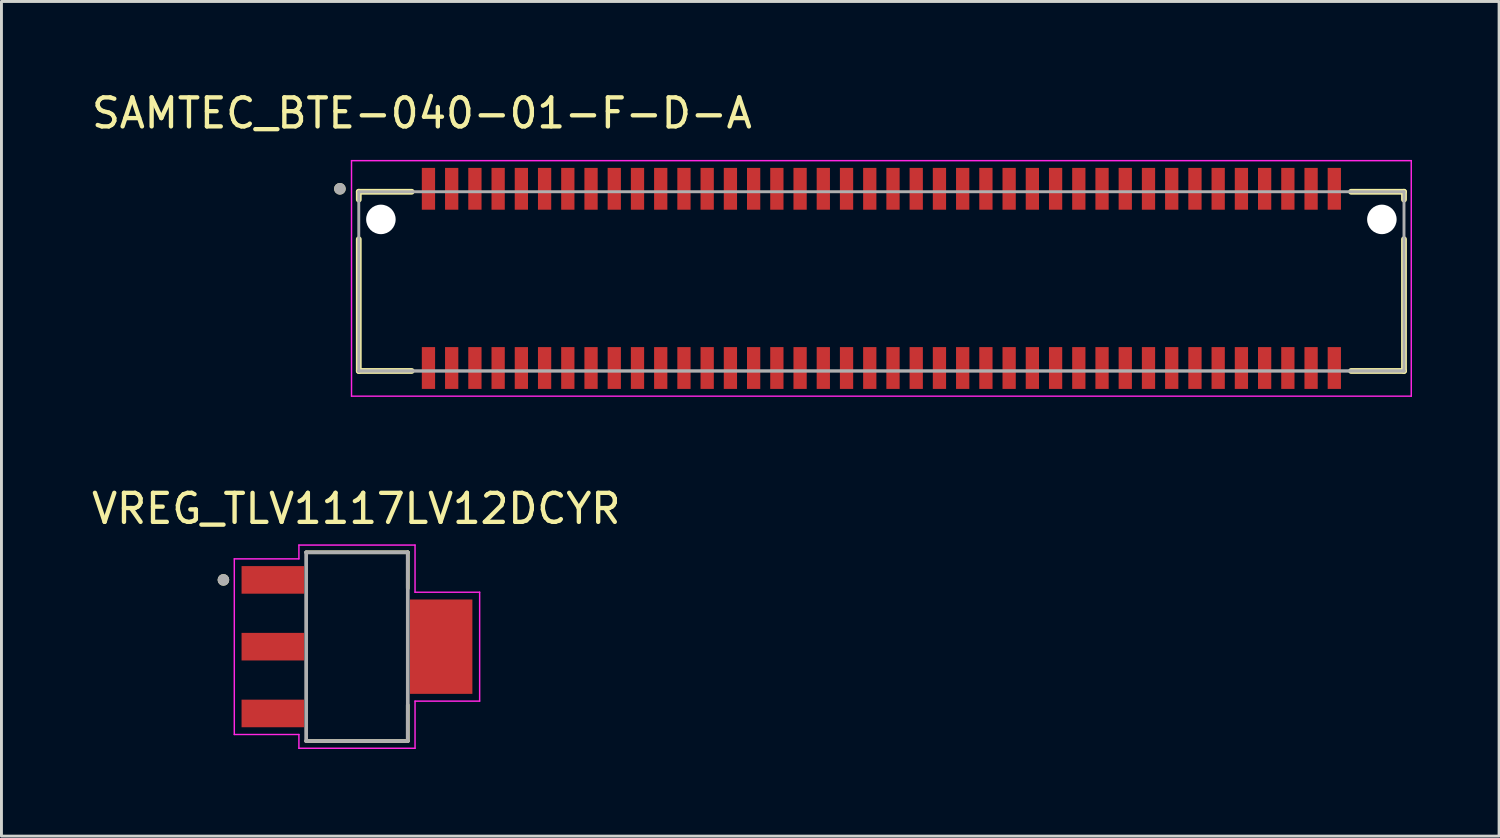
<source format=kicad_pcb>
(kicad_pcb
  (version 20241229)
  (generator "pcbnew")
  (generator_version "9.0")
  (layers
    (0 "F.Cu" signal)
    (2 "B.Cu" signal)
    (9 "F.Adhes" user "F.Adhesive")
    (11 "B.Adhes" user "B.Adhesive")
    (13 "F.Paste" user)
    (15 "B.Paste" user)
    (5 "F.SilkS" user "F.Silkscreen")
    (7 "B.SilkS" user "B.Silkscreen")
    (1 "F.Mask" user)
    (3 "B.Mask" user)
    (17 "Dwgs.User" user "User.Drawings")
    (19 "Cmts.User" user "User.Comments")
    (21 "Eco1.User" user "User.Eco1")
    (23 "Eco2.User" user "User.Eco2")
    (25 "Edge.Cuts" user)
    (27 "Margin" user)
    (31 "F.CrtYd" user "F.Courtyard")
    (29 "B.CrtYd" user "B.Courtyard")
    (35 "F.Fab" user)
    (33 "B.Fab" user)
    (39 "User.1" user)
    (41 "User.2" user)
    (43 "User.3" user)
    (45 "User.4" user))
  (footprint "VREG_TLV1117LV12DCYR"
    (layer "F.Cu")
    (at 9.245 19.223)
    (property "Reference" "VREG_TLV1117LV12DCYR" (at -0.025 -4.754 0) (layer "F.SilkS") (effects (font (size 1 1) (thickness 0.15))))
    (attr smd)
    (fp_line (start -1.75 -3.25) (end 1.75 -3.25) (stroke (width 0.127) (type solid)) (layer "F.SilkS"))
    (fp_line (start -1.75 3.25) (end 1.75 3.25) (stroke (width 0.127) (type solid)) (layer "F.SilkS"))
    (fp_line (start 1.75 -3.25) (end 1.75 -2.01) (stroke (width 0.127) (type solid)) (layer "F.SilkS"))
    (fp_line (start 1.75 3.25) (end 1.75 2.01) (stroke (width 0.127) (type solid)) (layer "F.SilkS"))
    (fp_circle (center -4.6 -2.3) (end -4.5 -2.3) (stroke (width 0.2) (type solid)) (fill no) (layer "F.SilkS"))
    (fp_line (start -4.225 -3.025) (end -4.225 3.025) (stroke (width 0.05) (type solid)) (layer "F.CrtYd"))
    (fp_line (start -4.225 3.025) (end -2 3.025) (stroke (width 0.05) (type solid)) (layer "F.CrtYd"))
    (fp_line (start -2 -3.5) (end -2 -3.025) (stroke (width 0.05) (type solid)) (layer "F.CrtYd"))
    (fp_line (start -2 -3.025) (end -4.225 -3.025) (stroke (width 0.05) (type solid)) (layer "F.CrtYd"))
    (fp_line (start -2 3.025) (end -2 3.5) (stroke (width 0.05) (type solid)) (layer "F.CrtYd"))
    (fp_line (start -2 3.5) (end 2 3.5) (stroke (width 0.05) (type solid)) (layer "F.CrtYd"))
    (fp_line (start 2 -3.5) (end -2 -3.5) (stroke (width 0.05) (type solid)) (layer "F.CrtYd"))
    (fp_line (start 2 -1.875) (end 2 -3.5) (stroke (width 0.05) (type solid)) (layer "F.CrtYd"))
    (fp_line (start 2 1.875) (end 4.225 1.875) (stroke (width 0.05) (type solid)) (layer "F.CrtYd"))
    (fp_line (start 2 3.5) (end 2 1.875) (stroke (width 0.05) (type solid)) (layer "F.CrtYd"))
    (fp_line (start 4.225 -1.875) (end 2 -1.875) (stroke (width 0.05) (type solid)) (layer "F.CrtYd"))
    (fp_line (start 4.225 1.875) (end 4.225 -1.875) (stroke (width 0.05) (type solid)) (layer "F.CrtYd"))
    (fp_line (start -1.75 -3.25) (end -1.75 3.25) (stroke (width 0.127) (type solid)) (layer "F.Fab"))
    (fp_line (start 1.75 -3.25) (end -1.75 -3.25) (stroke (width 0.127) (type solid)) (layer "F.Fab"))
    (fp_line (start 1.75 -3.25) (end 1.75 3.25) (stroke (width 0.127) (type solid)) (layer "F.Fab"))
    (fp_line (start 1.75 3.25) (end -1.75 3.25) (stroke (width 0.127) (type solid)) (layer "F.Fab"))
    (fp_circle (center -4.6 -2.3) (end -4.5 -2.3) (stroke (width 0.2) (type solid)) (fill no) (layer "F.Fab"))
    (pad "1" smd rect (at -2.9 -2.3) (size 2.15 0.95) (layers "F.Cu" "F.Mask" "F.Paste"))
    (pad "2" smd rect (at -2.9 0) (size 2.15 0.95) (layers "F.Cu" "F.Mask" "F.Paste"))
    (pad "3" smd rect (at -2.9 2.3) (size 2.15 0.95) (layers "F.Cu" "F.Mask" "F.Paste"))
    (pad "4" smd rect (at 2.9 0) (size 2.15 3.25) (layers "F.Cu" "F.Mask" "F.Paste")))
  (footprint "SAMTEC_BTE-040-01-F-D-A"
    (layer "F.Cu")
    (at 27.307 6.539)
    (property "Reference" "SAMTEC_BTE-040-01-F-D-A" (at -15.825 -5.691 0) (layer "F.SilkS") (effects (font (size 1 1) (thickness 0.15))))
    (attr smd)
    (fp_line (start -18 -2.985) (end -18 -2.715) (stroke (width 0.2) (type solid)) (layer "F.SilkS"))
    (fp_line (start -18 -2.985) (end -16.178 -2.985) (stroke (width 0.2) (type solid)) (layer "F.SilkS"))
    (fp_line (start -18 -1.349) (end -18 3.188) (stroke (width 0.2) (type solid)) (layer "F.SilkS"))
    (fp_line (start -16.178 3.188) (end -18 3.188) (stroke (width 0.2) (type solid)) (layer "F.SilkS"))
    (fp_line (start 16.178 -2.985) (end 18 -2.985) (stroke (width 0.2) (type solid)) (layer "F.SilkS"))
    (fp_line (start 16.178 3.188) (end 18 3.188) (stroke (width 0.2) (type solid)) (layer "F.SilkS"))
    (fp_line (start 18 -2.715) (end 18 -2.985) (stroke (width 0.2) (type solid)) (layer "F.SilkS"))
    (fp_line (start 18 3.188) (end 18 -1.349) (stroke (width 0.2) (type solid)) (layer "F.SilkS"))
    (fp_circle (center -18.65 -3.086) (end -18.55 -3.086) (stroke (width 0.2) (type solid)) (fill no) (layer "F.SilkS"))
    (fp_line (start -18.25 -4.056) (end 18.25 -4.056) (stroke (width 0.05) (type solid)) (layer "F.CrtYd"))
    (fp_line (start -18.25 4.056) (end -18.25 -4.056) (stroke (width 0.05) (type solid)) (layer "F.CrtYd"))
    (fp_line (start 18.25 -4.056) (end 18.25 4.056) (stroke (width 0.05) (type solid)) (layer "F.CrtYd"))
    (fp_line (start 18.25 4.056) (end -18.25 4.056) (stroke (width 0.05) (type solid)) (layer "F.CrtYd"))
    (fp_line (start -18 -2.985) (end 18 -2.985) (stroke (width 0.1) (type solid)) (layer "F.Fab"))
    (fp_line (start -18 3.188) (end -18 -2.985) (stroke (width 0.1) (type solid)) (layer "F.Fab"))
    (fp_line (start -18 3.188) (end -18 3.188) (stroke (width 0.1) (type solid)) (layer "F.Fab"))
    (fp_line (start -18 3.188) (end 18 3.188) (stroke (width 0.1) (type solid)) (layer "F.Fab"))
    (fp_line (start 18 -2.985) (end 18 3.188) (stroke (width 0.1) (type solid)) (layer "F.Fab"))
    (fp_line (start 18 3.188) (end -18 3.188) (stroke (width 0.1) (type solid)) (layer "F.Fab"))
    (fp_line (start 18 3.188) (end 18 3.188) (stroke (width 0.1) (type solid)) (layer "F.Fab"))
    (fp_circle (center -18.65 -3.086) (end -18.55 -3.086) (stroke (width 0.2) (type solid)) (fill no) (layer "F.Fab"))
    (pad "" np_thru_hole circle (at -17.238 -2.032) (size 1.016 1.016) (drill 1.016) (layers "*.Cu" "*.Mask"))
    (pad "" np_thru_hole circle (at 17.238 -2.032) (size 1.016 1.016) (drill 1.016) (layers "*.Cu" "*.Mask"))
    (pad "01" smd rect (at -15.6 -3.086) (size 0.457 1.44) (layers "F.Cu" "F.Mask" "F.Paste"))
    (pad "02" smd rect (at -15.6 3.086) (size 0.457 1.44) (layers "F.Cu" "F.Mask" "F.Paste"))
    (pad "03" smd rect (at -14.8 -3.086) (size 0.457 1.44) (layers "F.Cu" "F.Mask" "F.Paste"))
    (pad "04" smd rect (at -14.8 3.086) (size 0.457 1.44) (layers "F.Cu" "F.Mask" "F.Paste"))
    (pad "05" smd rect (at -14 -3.086) (size 0.457 1.44) (layers "F.Cu" "F.Mask" "F.Paste"))
    (pad "06" smd rect (at -14 3.086) (size 0.457 1.44) (layers "F.Cu" "F.Mask" "F.Paste"))
    (pad "07" smd rect (at -13.2 -3.086) (size 0.457 1.44) (layers "F.Cu" "F.Mask" "F.Paste"))
    (pad "08" smd rect (at -13.2 3.086) (size 0.457 1.44) (layers "F.Cu" "F.Mask" "F.Paste"))
    (pad "09" smd rect (at -12.4 -3.086) (size 0.457 1.44) (layers "F.Cu" "F.Mask" "F.Paste"))
    (pad "10" smd rect (at -12.4 3.086) (size 0.457 1.44) (layers "F.Cu" "F.Mask" "F.Paste"))
    (pad "11" smd rect (at -11.6 -3.086) (size 0.457 1.44) (layers "F.Cu" "F.Mask" "F.Paste"))
    (pad "12" smd rect (at -11.6 3.086) (size 0.457 1.44) (layers "F.Cu" "F.Mask" "F.Paste"))
    (pad "13" smd rect (at -10.8 -3.086) (size 0.457 1.44) (layers "F.Cu" "F.Mask" "F.Paste"))
    (pad "14" smd rect (at -10.8 3.086) (size 0.457 1.44) (layers "F.Cu" "F.Mask" "F.Paste"))
    (pad "15" smd rect (at -10 -3.086) (size 0.457 1.44) (layers "F.Cu" "F.Mask" "F.Paste"))
    (pad "16" smd rect (at -10 3.086) (size 0.457 1.44) (layers "F.Cu" "F.Mask" "F.Paste"))
    (pad "17" smd rect (at -9.2 -3.086) (size 0.457 1.44) (layers "F.Cu" "F.Mask" "F.Paste"))
    (pad "18" smd rect (at -9.2 3.086) (size 0.457 1.44) (layers "F.Cu" "F.Mask" "F.Paste"))
    (pad "19" smd rect (at -8.4 -3.086) (size 0.457 1.44) (layers "F.Cu" "F.Mask" "F.Paste"))
    (pad "20" smd rect (at -8.4 3.086) (size 0.457 1.44) (layers "F.Cu" "F.Mask" "F.Paste"))
    (pad "21" smd rect (at -7.6 -3.086) (size 0.457 1.44) (layers "F.Cu" "F.Mask" "F.Paste"))
    (pad "22" smd rect (at -7.6 3.086) (size 0.457 1.44) (layers "F.Cu" "F.Mask" "F.Paste"))
    (pad "23" smd rect (at -6.8 -3.086) (size 0.457 1.44) (layers "F.Cu" "F.Mask" "F.Paste"))
    (pad "24" smd rect (at -6.8 3.086) (size 0.457 1.44) (layers "F.Cu" "F.Mask" "F.Paste"))
    (pad "25" smd rect (at -6 -3.086) (size 0.457 1.44) (layers "F.Cu" "F.Mask" "F.Paste"))
    (pad "26" smd rect (at -6 3.086) (size 0.457 1.44) (layers "F.Cu" "F.Mask" "F.Paste"))
    (pad "27" smd rect (at -5.2 -3.086) (size 0.457 1.44) (layers "F.Cu" "F.Mask" "F.Paste"))
    (pad "28" smd rect (at -5.2 3.086) (size 0.457 1.44) (layers "F.Cu" "F.Mask" "F.Paste"))
    (pad "29" smd rect (at -4.4 -3.086) (size 0.457 1.44) (layers "F.Cu" "F.Mask" "F.Paste"))
    (pad "30" smd rect (at -4.4 3.086) (size 0.457 1.44) (layers "F.Cu" "F.Mask" "F.Paste"))
    (pad "31" smd rect (at -3.6 -3.086) (size 0.457 1.44) (layers "F.Cu" "F.Mask" "F.Paste"))
    (pad "32" smd rect (at -3.6 3.086) (size 0.457 1.44) (layers "F.Cu" "F.Mask" "F.Paste"))
    (pad "33" smd rect (at -2.8 -3.086) (size 0.457 1.44) (layers "F.Cu" "F.Mask" "F.Paste"))
    (pad "34" smd rect (at -2.8 3.086) (size 0.457 1.44) (layers "F.Cu" "F.Mask" "F.Paste"))
    (pad "35" smd rect (at -2 -3.086) (size 0.457 1.44) (layers "F.Cu" "F.Mask" "F.Paste"))
    (pad "36" smd rect (at -2 3.086) (size 0.457 1.44) (layers "F.Cu" "F.Mask" "F.Paste"))
    (pad "37" smd rect (at -1.2 -3.086) (size 0.457 1.44) (layers "F.Cu" "F.Mask" "F.Paste"))
    (pad "38" smd rect (at -1.2 3.086) (size 0.457 1.44) (layers "F.Cu" "F.Mask" "F.Paste"))
    (pad "39" smd rect (at -0.4 -3.086) (size 0.457 1.44) (layers "F.Cu" "F.Mask" "F.Paste"))
    (pad "40" smd rect (at -0.4 3.086) (size 0.457 1.44) (layers "F.Cu" "F.Mask" "F.Paste"))
    (pad "41" smd rect (at 0.4 -3.086) (size 0.457 1.44) (layers "F.Cu" "F.Mask" "F.Paste"))
    (pad "42" smd rect (at 0.4 3.086) (size 0.457 1.44) (layers "F.Cu" "F.Mask" "F.Paste"))
    (pad "43" smd rect (at 1.2 -3.086) (size 0.457 1.44) (layers "F.Cu" "F.Mask" "F.Paste"))
    (pad "44" smd rect (at 1.2 3.086) (size 0.457 1.44) (layers "F.Cu" "F.Mask" "F.Paste"))
    (pad "45" smd rect (at 2 -3.086) (size 0.457 1.44) (layers "F.Cu" "F.Mask" "F.Paste"))
    (pad "46" smd rect (at 2 3.086) (size 0.457 1.44) (layers "F.Cu" "F.Mask" "F.Paste"))
    (pad "47" smd rect (at 2.8 -3.086) (size 0.457 1.44) (layers "F.Cu" "F.Mask" "F.Paste"))
    (pad "48" smd rect (at 2.8 3.086) (size 0.457 1.44) (layers "F.Cu" "F.Mask" "F.Paste"))
    (pad "49" smd rect (at 3.6 -3.086) (size 0.457 1.44) (layers "F.Cu" "F.Mask" "F.Paste"))
    (pad "50" smd rect (at 3.6 3.086) (size 0.457 1.44) (layers "F.Cu" "F.Mask" "F.Paste"))
    (pad "51" smd rect (at 4.4 -3.086) (size 0.457 1.44) (layers "F.Cu" "F.Mask" "F.Paste"))
    (pad "52" smd rect (at 4.4 3.086) (size 0.457 1.44) (layers "F.Cu" "F.Mask" "F.Paste"))
    (pad "53" smd rect (at 5.2 -3.086) (size 0.457 1.44) (layers "F.Cu" "F.Mask" "F.Paste"))
    (pad "54" smd rect (at 5.2 3.086) (size 0.457 1.44) (layers "F.Cu" "F.Mask" "F.Paste"))
    (pad "55" smd rect (at 6 -3.086) (size 0.457 1.44) (layers "F.Cu" "F.Mask" "F.Paste"))
    (pad "56" smd rect (at 6 3.086) (size 0.457 1.44) (layers "F.Cu" "F.Mask" "F.Paste"))
    (pad "57" smd rect (at 6.8 -3.086) (size 0.457 1.44) (layers "F.Cu" "F.Mask" "F.Paste"))
    (pad "58" smd rect (at 6.8 3.086) (size 0.457 1.44) (layers "F.Cu" "F.Mask" "F.Paste"))
    (pad "59" smd rect (at 7.6 -3.086) (size 0.457 1.44) (layers "F.Cu" "F.Mask" "F.Paste"))
    (pad "60" smd rect (at 7.6 3.086) (size 0.457 1.44) (layers "F.Cu" "F.Mask" "F.Paste"))
    (pad "61" smd rect (at 8.4 -3.086) (size 0.457 1.44) (layers "F.Cu" "F.Mask" "F.Paste"))
    (pad "62" smd rect (at 8.4 3.086) (size 0.457 1.44) (layers "F.Cu" "F.Mask" "F.Paste"))
    (pad "63" smd rect (at 9.2 -3.086) (size 0.457 1.44) (layers "F.Cu" "F.Mask" "F.Paste"))
    (pad "64" smd rect (at 9.2 3.086) (size 0.457 1.44) (layers "F.Cu" "F.Mask" "F.Paste"))
    (pad "65" smd rect (at 10 -3.086) (size 0.457 1.44) (layers "F.Cu" "F.Mask" "F.Paste"))
    (pad "66" smd rect (at 10 3.086) (size 0.457 1.44) (layers "F.Cu" "F.Mask" "F.Paste"))
    (pad "67" smd rect (at 10.8 -3.086) (size 0.457 1.44) (layers "F.Cu" "F.Mask" "F.Paste"))
    (pad "68" smd rect (at 10.8 3.086) (size 0.457 1.44) (layers "F.Cu" "F.Mask" "F.Paste"))
    (pad "69" smd rect (at 11.6 -3.086) (size 0.457 1.44) (layers "F.Cu" "F.Mask" "F.Paste"))
    (pad "70" smd rect (at 11.6 3.086) (size 0.457 1.44) (layers "F.Cu" "F.Mask" "F.Paste"))
    (pad "71" smd rect (at 12.4 -3.086) (size 0.457 1.44) (layers "F.Cu" "F.Mask" "F.Paste"))
    (pad "72" smd rect (at 12.4 3.086) (size 0.457 1.44) (layers "F.Cu" "F.Mask" "F.Paste"))
    (pad "73" smd rect (at 13.2 -3.086) (size 0.457 1.44) (layers "F.Cu" "F.Mask" "F.Paste"))
    (pad "74" smd rect (at 13.2 3.086) (size 0.457 1.44) (layers "F.Cu" "F.Mask" "F.Paste"))
    (pad "75" smd rect (at 14 -3.086) (size 0.457 1.44) (layers "F.Cu" "F.Mask" "F.Paste"))
    (pad "76" smd rect (at 14 3.086) (size 0.457 1.44) (layers "F.Cu" "F.Mask" "F.Paste"))
    (pad "77" smd rect (at 14.8 -3.086) (size 0.457 1.44) (layers "F.Cu" "F.Mask" "F.Paste"))
    (pad "78" smd rect (at 14.8 3.086) (size 0.457 1.44) (layers "F.Cu" "F.Mask" "F.Paste"))
    (pad "79" smd rect (at 15.6 -3.086) (size 0.457 1.44) (layers "F.Cu" "F.Mask" "F.Paste"))
    (pad "80" smd rect (at 15.6 3.086) (size 0.457 1.44) (layers "F.Cu" "F.Mask" "F.Paste")))
  (gr_rect
    (start -3 -3)
    (end 48.582 25.747)
    (stroke (width 0.1) (type default))
    (fill no)
    (layer "Edge.Cuts")))
</source>
